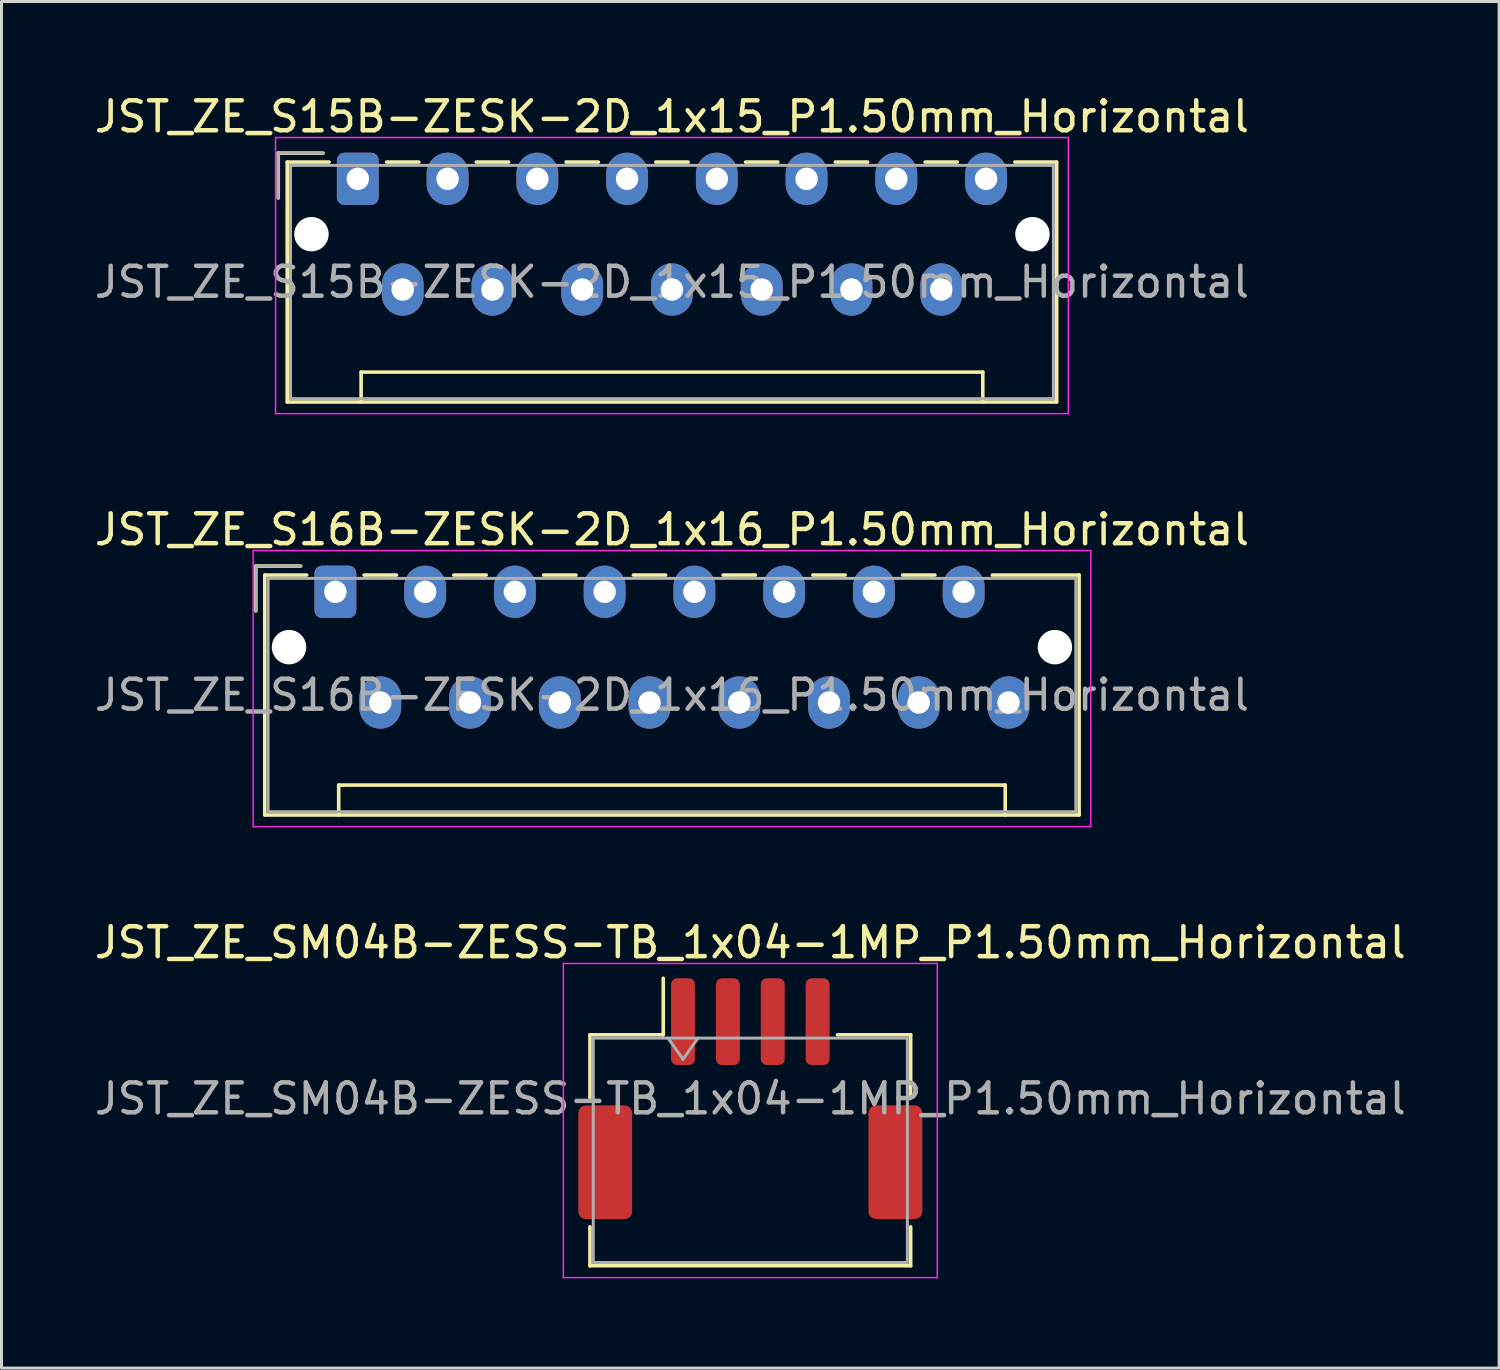
<source format=kicad_pcb>
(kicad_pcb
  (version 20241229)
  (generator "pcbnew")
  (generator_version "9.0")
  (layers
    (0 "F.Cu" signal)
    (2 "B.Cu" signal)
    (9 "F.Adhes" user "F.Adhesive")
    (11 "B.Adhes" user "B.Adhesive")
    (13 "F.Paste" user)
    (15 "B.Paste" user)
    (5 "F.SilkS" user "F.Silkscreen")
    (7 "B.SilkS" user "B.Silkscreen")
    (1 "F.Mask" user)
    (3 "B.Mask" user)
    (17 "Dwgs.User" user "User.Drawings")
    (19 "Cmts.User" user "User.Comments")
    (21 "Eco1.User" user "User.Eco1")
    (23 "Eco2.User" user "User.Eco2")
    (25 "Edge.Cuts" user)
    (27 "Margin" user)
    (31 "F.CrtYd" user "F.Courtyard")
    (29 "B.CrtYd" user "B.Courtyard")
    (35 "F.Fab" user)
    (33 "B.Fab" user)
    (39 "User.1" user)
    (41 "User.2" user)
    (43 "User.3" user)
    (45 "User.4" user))
  (footprint "JST_ZE_SM04B-ZESS-TB_1x04-1MP_P1.50mm_Horizontal"
    (layer "F.Cu")
    (at 22.03 33.675)
    (property "Reference" "JST_ZE_SM04B-ZESS-TB_1x04-1MP_P1.50mm_Horizontal" (at 0 -5.22 0) (layer "F.SilkS") (effects (font (size 1 1) (thickness 0.15))))
    (attr smd)
    (fp_line (start -5.36 -2.135) (end -2.91 -2.135) (stroke (width 0.12) (type solid)) (layer "F.SilkS"))
    (fp_line (start -5.36 -0.035) (end -5.36 -2.135) (stroke (width 0.12) (type solid)) (layer "F.SilkS"))
    (fp_line (start -5.36 4.285) (end -5.36 5.585) (stroke (width 0.12) (type solid)) (layer "F.SilkS"))
    (fp_line (start -5.36 5.585) (end 5.36 5.585) (stroke (width 0.12) (type solid)) (layer "F.SilkS"))
    (fp_line (start -2.91 -2.135) (end -2.91 -4.025) (stroke (width 0.12) (type solid)) (layer "F.SilkS"))
    (fp_line (start 5.36 -2.135) (end 2.91 -2.135) (stroke (width 0.12) (type solid)) (layer "F.SilkS"))
    (fp_line (start 5.36 -0.035) (end 5.36 -2.135) (stroke (width 0.12) (type solid)) (layer "F.SilkS"))
    (fp_line (start 5.36 5.585) (end 5.36 4.285) (stroke (width 0.12) (type solid)) (layer "F.SilkS"))
    (fp_line (start -6.25 -4.52) (end -6.25 5.98) (stroke (width 0.05) (type solid)) (layer "F.CrtYd"))
    (fp_line (start -6.25 5.98) (end 6.25 5.98) (stroke (width 0.05) (type solid)) (layer "F.CrtYd"))
    (fp_line (start 6.25 -4.52) (end -6.25 -4.52) (stroke (width 0.05) (type solid)) (layer "F.CrtYd"))
    (fp_line (start 6.25 5.98) (end 6.25 -4.52) (stroke (width 0.05) (type solid)) (layer "F.CrtYd"))
    (fp_line (start -5.25 -2.025) (end -5.25 5.475) (stroke (width 0.1) (type solid)) (layer "F.Fab"))
    (fp_line (start -5.25 -2.025) (end 5.25 -2.025) (stroke (width 0.1) (type solid)) (layer "F.Fab"))
    (fp_line (start -5.25 5.475) (end 5.25 5.475) (stroke (width 0.1) (type solid)) (layer "F.Fab"))
    (fp_line (start -2.75 -2.025) (end -2.25 -1.318) (stroke (width 0.1) (type solid)) (layer "F.Fab"))
    (fp_line (start -2.25 -1.318) (end -1.75 -2.025) (stroke (width 0.1) (type solid)) (layer "F.Fab"))
    (fp_line (start 5.25 -2.025) (end 5.25 5.475) (stroke (width 0.1) (type solid)) (layer "F.Fab"))
    (fp_text user "${REFERENCE}" (at 0 0 0) (layer "F.Fab") (effects (font (size 1 1) (thickness 0.15))))
    (pad "1" smd roundrect (at -2.25 -2.575) (size 0.8 2.9) (layers "F.Cu" "F.Mask" "F.Paste") (roundrect_rratio 0.25))
    (pad "2" smd roundrect (at -0.75 -2.575) (size 0.8 2.9) (layers "F.Cu" "F.Mask" "F.Paste") (roundrect_rratio 0.25))
    (pad "3" smd roundrect (at 0.75 -2.575) (size 0.8 2.9) (layers "F.Cu" "F.Mask" "F.Paste") (roundrect_rratio 0.25))
    (pad "4" smd roundrect (at 2.25 -2.575) (size 0.8 2.9) (layers "F.Cu" "F.Mask" "F.Paste") (roundrect_rratio 0.25))
    (pad "MP" smd roundrect (at -4.85 2.125) (size 1.8 3.8) (layers "F.Cu" "F.Mask" "F.Paste") (roundrect_rratio 0.139))
    (pad "MP" smd roundrect (at 4.85 2.125) (size 1.8 3.8) (layers "F.Cu" "F.Mask" "F.Paste") (roundrect_rratio 0.139)))
  (footprint "JST_ZE_S16B-ZESK-2D_1x16_P1.50mm_Horizontal"
    (layer "F.Cu")
    (at 8.161 16.732)
    (property "Reference" "JST_ZE_S16B-ZESK-2D_1x16_P1.50mm_Horizontal" (at 11.25 -2.08 0) (layer "F.SilkS") (effects (font (size 1 1) (thickness 0.15))))
    (attr through_hole)
    (fp_line (start -2.66 -0.86) (end -1.16 -0.86) (stroke (width 0.12) (type solid)) (layer "F.SilkS"))
    (fp_line (start -2.66 0.64) (end -2.66 -0.86) (stroke (width 0.12) (type solid)) (layer "F.SilkS"))
    (fp_line (start -2.36 -0.56) (end -2.36 7.46) (stroke (width 0.12) (type solid)) (layer "F.SilkS"))
    (fp_line (start -2.36 7.46) (end 24.86 7.46) (stroke (width 0.12) (type solid)) (layer "F.SilkS"))
    (fp_line (start -0.96 -0.56) (end -2.36 -0.56) (stroke (width 0.12) (type solid)) (layer "F.SilkS"))
    (fp_line (start 0.11 6.46) (end 22.39 6.46) (stroke (width 0.12) (type solid)) (layer "F.SilkS"))
    (fp_line (start 0.11 7.46) (end 0.11 6.46) (stroke (width 0.12) (type solid)) (layer "F.SilkS"))
    (fp_line (start 0.96 -0.56) (end 2.04 -0.56) (stroke (width 0.12) (type solid)) (layer "F.SilkS"))
    (fp_line (start 3.96 -0.56) (end 5.04 -0.56) (stroke (width 0.12) (type solid)) (layer "F.SilkS"))
    (fp_line (start 6.96 -0.56) (end 8.04 -0.56) (stroke (width 0.12) (type solid)) (layer "F.SilkS"))
    (fp_line (start 9.96 -0.56) (end 11.04 -0.56) (stroke (width 0.12) (type solid)) (layer "F.SilkS"))
    (fp_line (start 12.96 -0.56) (end 14.04 -0.56) (stroke (width 0.12) (type solid)) (layer "F.SilkS"))
    (fp_line (start 15.96 -0.56) (end 17.04 -0.56) (stroke (width 0.12) (type solid)) (layer "F.SilkS"))
    (fp_line (start 18.96 -0.56) (end 20.04 -0.56) (stroke (width 0.12) (type solid)) (layer "F.SilkS"))
    (fp_line (start 22.39 6.46) (end 22.39 7.46) (stroke (width 0.12) (type solid)) (layer "F.SilkS"))
    (fp_line (start 24.86 -0.56) (end 21.96 -0.56) (stroke (width 0.12) (type solid)) (layer "F.SilkS"))
    (fp_line (start 24.86 7.46) (end 24.86 -0.56) (stroke (width 0.12) (type solid)) (layer "F.SilkS"))
    (fp_line (start -2.75 -1.38) (end -2.75 7.85) (stroke (width 0.05) (type solid)) (layer "F.CrtYd"))
    (fp_line (start -2.75 7.85) (end 25.25 7.85) (stroke (width 0.05) (type solid)) (layer "F.CrtYd"))
    (fp_line (start 25.25 -1.38) (end -2.75 -1.38) (stroke (width 0.05) (type solid)) (layer "F.CrtYd"))
    (fp_line (start 25.25 7.85) (end 25.25 -1.38) (stroke (width 0.05) (type solid)) (layer "F.CrtYd"))
    (fp_line (start -2.66 -0.86) (end -1.16 -0.86) (stroke (width 0.1) (type solid)) (layer "F.Fab"))
    (fp_line (start -2.66 0.64) (end -2.66 -0.86) (stroke (width 0.1) (type solid)) (layer "F.Fab"))
    (fp_line (start -2.25 -0.45) (end -2.25 7.35) (stroke (width 0.1) (type solid)) (layer "F.Fab"))
    (fp_line (start -2.25 7.35) (end 24.75 7.35) (stroke (width 0.1) (type solid)) (layer "F.Fab"))
    (fp_line (start 24.75 -0.45) (end -2.25 -0.45) (stroke (width 0.1) (type solid)) (layer "F.Fab"))
    (fp_line (start 24.75 7.35) (end 24.75 -0.45) (stroke (width 0.1) (type solid)) (layer "F.Fab"))
    (fp_text user "${REFERENCE}" (at 11.25 3.45 0) (layer "F.Fab") (effects (font (size 1 1) (thickness 0.15))))
    (pad "" np_thru_hole circle (at -1.55 1.85) (size 1.15 1.15) (drill 1.15) (layers "*.Cu" "*.Mask"))
    (pad "" np_thru_hole circle (at 24.05 1.85) (size 1.15 1.15) (drill 1.15) (layers "*.Cu" "*.Mask"))
    (pad "1" thru_hole roundrect (at 0 0) (size 1.4 1.75) (drill 0.75) (layers "*.Cu" "*.Mask") (roundrect_rratio 0.179))
    (pad "2" thru_hole oval (at 1.5 3.7) (size 1.4 1.75) (drill 0.75) (layers "*.Cu" "*.Mask"))
    (pad "3" thru_hole oval (at 3 0) (size 1.4 1.75) (drill 0.75) (layers "*.Cu" "*.Mask"))
    (pad "4" thru_hole oval (at 4.5 3.7) (size 1.4 1.75) (drill 0.75) (layers "*.Cu" "*.Mask"))
    (pad "5" thru_hole oval (at 6 0) (size 1.4 1.75) (drill 0.75) (layers "*.Cu" "*.Mask"))
    (pad "6" thru_hole oval (at 7.5 3.7) (size 1.4 1.75) (drill 0.75) (layers "*.Cu" "*.Mask"))
    (pad "7" thru_hole oval (at 9 0) (size 1.4 1.75) (drill 0.75) (layers "*.Cu" "*.Mask"))
    (pad "8" thru_hole oval (at 10.5 3.7) (size 1.4 1.75) (drill 0.75) (layers "*.Cu" "*.Mask"))
    (pad "9" thru_hole oval (at 12 0) (size 1.4 1.75) (drill 0.75) (layers "*.Cu" "*.Mask"))
    (pad "10" thru_hole oval (at 13.5 3.7) (size 1.4 1.75) (drill 0.75) (layers "*.Cu" "*.Mask"))
    (pad "11" thru_hole oval (at 15 0) (size 1.4 1.75) (drill 0.75) (layers "*.Cu" "*.Mask"))
    (pad "12" thru_hole oval (at 16.5 3.7) (size 1.4 1.75) (drill 0.75) (layers "*.Cu" "*.Mask"))
    (pad "13" thru_hole oval (at 18 0) (size 1.4 1.75) (drill 0.75) (layers "*.Cu" "*.Mask"))
    (pad "14" thru_hole oval (at 19.5 3.7) (size 1.4 1.75) (drill 0.75) (layers "*.Cu" "*.Mask"))
    (pad "15" thru_hole oval (at 21 0) (size 1.4 1.75) (drill 0.75) (layers "*.Cu" "*.Mask"))
    (pad "16" thru_hole oval (at 22.5 3.7) (size 1.4 1.75) (drill 0.75) (layers "*.Cu" "*.Mask")))
  (footprint "JST_ZE_S15B-ZESK-2D_1x15_P1.50mm_Horizontal"
    (layer "F.Cu")
    (at 8.911 2.928)
    (property "Reference" "JST_ZE_S15B-ZESK-2D_1x15_P1.50mm_Horizontal" (at 10.5 -2.08 0) (layer "F.SilkS") (effects (font (size 1 1) (thickness 0.15))))
    (attr through_hole)
    (fp_line (start -2.66 -0.86) (end -1.16 -0.86) (stroke (width 0.12) (type solid)) (layer "F.SilkS"))
    (fp_line (start -2.66 0.64) (end -2.66 -0.86) (stroke (width 0.12) (type solid)) (layer "F.SilkS"))
    (fp_line (start -2.36 -0.56) (end -2.36 7.46) (stroke (width 0.12) (type solid)) (layer "F.SilkS"))
    (fp_line (start -2.36 7.46) (end 23.36 7.46) (stroke (width 0.12) (type solid)) (layer "F.SilkS"))
    (fp_line (start -0.96 -0.56) (end -2.36 -0.56) (stroke (width 0.12) (type solid)) (layer "F.SilkS"))
    (fp_line (start 0.11 6.46) (end 20.89 6.46) (stroke (width 0.12) (type solid)) (layer "F.SilkS"))
    (fp_line (start 0.11 7.46) (end 0.11 6.46) (stroke (width 0.12) (type solid)) (layer "F.SilkS"))
    (fp_line (start 0.96 -0.56) (end 2.04 -0.56) (stroke (width 0.12) (type solid)) (layer "F.SilkS"))
    (fp_line (start 3.96 -0.56) (end 5.04 -0.56) (stroke (width 0.12) (type solid)) (layer "F.SilkS"))
    (fp_line (start 6.96 -0.56) (end 8.04 -0.56) (stroke (width 0.12) (type solid)) (layer "F.SilkS"))
    (fp_line (start 9.96 -0.56) (end 11.04 -0.56) (stroke (width 0.12) (type solid)) (layer "F.SilkS"))
    (fp_line (start 12.96 -0.56) (end 14.04 -0.56) (stroke (width 0.12) (type solid)) (layer "F.SilkS"))
    (fp_line (start 15.96 -0.56) (end 17.04 -0.56) (stroke (width 0.12) (type solid)) (layer "F.SilkS"))
    (fp_line (start 18.96 -0.56) (end 20.04 -0.56) (stroke (width 0.12) (type solid)) (layer "F.SilkS"))
    (fp_line (start 20.89 6.46) (end 20.89 7.46) (stroke (width 0.12) (type solid)) (layer "F.SilkS"))
    (fp_line (start 23.36 -0.56) (end 21.96 -0.56) (stroke (width 0.12) (type solid)) (layer "F.SilkS"))
    (fp_line (start 23.36 7.46) (end 23.36 -0.56) (stroke (width 0.12) (type solid)) (layer "F.SilkS"))
    (fp_line (start -2.75 -1.38) (end -2.75 7.85) (stroke (width 0.05) (type solid)) (layer "F.CrtYd"))
    (fp_line (start -2.75 7.85) (end 23.75 7.85) (stroke (width 0.05) (type solid)) (layer "F.CrtYd"))
    (fp_line (start 23.75 -1.38) (end -2.75 -1.38) (stroke (width 0.05) (type solid)) (layer "F.CrtYd"))
    (fp_line (start 23.75 7.85) (end 23.75 -1.38) (stroke (width 0.05) (type solid)) (layer "F.CrtYd"))
    (fp_line (start -2.66 -0.86) (end -1.16 -0.86) (stroke (width 0.1) (type solid)) (layer "F.Fab"))
    (fp_line (start -2.66 0.64) (end -2.66 -0.86) (stroke (width 0.1) (type solid)) (layer "F.Fab"))
    (fp_line (start -2.25 -0.45) (end -2.25 7.35) (stroke (width 0.1) (type solid)) (layer "F.Fab"))
    (fp_line (start -2.25 7.35) (end 23.25 7.35) (stroke (width 0.1) (type solid)) (layer "F.Fab"))
    (fp_line (start 23.25 -0.45) (end -2.25 -0.45) (stroke (width 0.1) (type solid)) (layer "F.Fab"))
    (fp_line (start 23.25 7.35) (end 23.25 -0.45) (stroke (width 0.1) (type solid)) (layer "F.Fab"))
    (fp_text user "${REFERENCE}" (at 10.5 3.45 0) (layer "F.Fab") (effects (font (size 1 1) (thickness 0.15))))
    (pad "" np_thru_hole circle (at -1.55 1.85) (size 1.15 1.15) (drill 1.15) (layers "*.Cu" "*.Mask"))
    (pad "" np_thru_hole circle (at 22.55 1.85) (size 1.15 1.15) (drill 1.15) (layers "*.Cu" "*.Mask"))
    (pad "1" thru_hole roundrect (at 0 0) (size 1.4 1.75) (drill 0.75) (layers "*.Cu" "*.Mask") (roundrect_rratio 0.179))
    (pad "2" thru_hole oval (at 1.5 3.7) (size 1.4 1.75) (drill 0.75) (layers "*.Cu" "*.Mask"))
    (pad "3" thru_hole oval (at 3 0) (size 1.4 1.75) (drill 0.75) (layers "*.Cu" "*.Mask"))
    (pad "4" thru_hole oval (at 4.5 3.7) (size 1.4 1.75) (drill 0.75) (layers "*.Cu" "*.Mask"))
    (pad "5" thru_hole oval (at 6 0) (size 1.4 1.75) (drill 0.75) (layers "*.Cu" "*.Mask"))
    (pad "6" thru_hole oval (at 7.5 3.7) (size 1.4 1.75) (drill 0.75) (layers "*.Cu" "*.Mask"))
    (pad "7" thru_hole oval (at 9 0) (size 1.4 1.75) (drill 0.75) (layers "*.Cu" "*.Mask"))
    (pad "8" thru_hole oval (at 10.5 3.7) (size 1.4 1.75) (drill 0.75) (layers "*.Cu" "*.Mask"))
    (pad "9" thru_hole oval (at 12 0) (size 1.4 1.75) (drill 0.75) (layers "*.Cu" "*.Mask"))
    (pad "10" thru_hole oval (at 13.5 3.7) (size 1.4 1.75) (drill 0.75) (layers "*.Cu" "*.Mask"))
    (pad "11" thru_hole oval (at 15 0) (size 1.4 1.75) (drill 0.75) (layers "*.Cu" "*.Mask"))
    (pad "12" thru_hole oval (at 16.5 3.7) (size 1.4 1.75) (drill 0.75) (layers "*.Cu" "*.Mask"))
    (pad "13" thru_hole oval (at 18 0) (size 1.4 1.75) (drill 0.75) (layers "*.Cu" "*.Mask"))
    (pad "14" thru_hole oval (at 19.5 3.7) (size 1.4 1.75) (drill 0.75) (layers "*.Cu" "*.Mask"))
    (pad "15" thru_hole oval (at 21 0) (size 1.4 1.75) (drill 0.75) (layers "*.Cu" "*.Mask")))
  (gr_rect
    (start -3 -3)
    (end 47.06 42.68)
    (stroke (width 0.1) (type default))
    (fill no)
    (layer "Edge.Cuts")))
</source>
